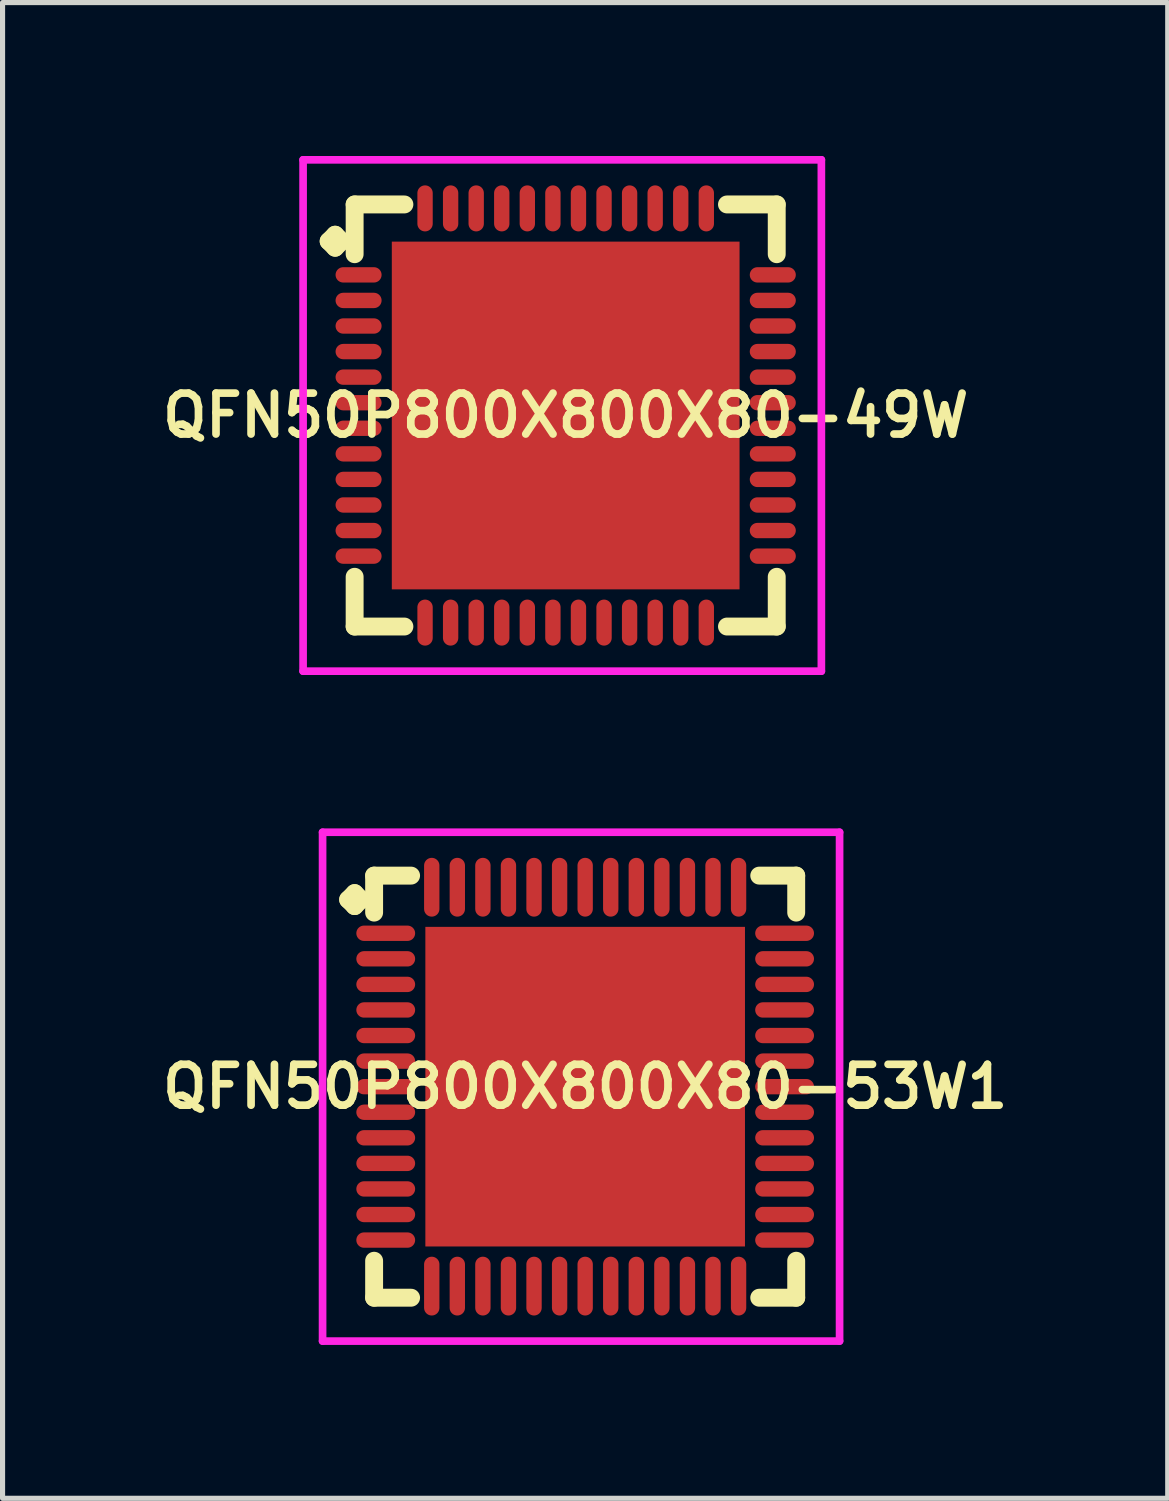
<source format=kicad_pcb>
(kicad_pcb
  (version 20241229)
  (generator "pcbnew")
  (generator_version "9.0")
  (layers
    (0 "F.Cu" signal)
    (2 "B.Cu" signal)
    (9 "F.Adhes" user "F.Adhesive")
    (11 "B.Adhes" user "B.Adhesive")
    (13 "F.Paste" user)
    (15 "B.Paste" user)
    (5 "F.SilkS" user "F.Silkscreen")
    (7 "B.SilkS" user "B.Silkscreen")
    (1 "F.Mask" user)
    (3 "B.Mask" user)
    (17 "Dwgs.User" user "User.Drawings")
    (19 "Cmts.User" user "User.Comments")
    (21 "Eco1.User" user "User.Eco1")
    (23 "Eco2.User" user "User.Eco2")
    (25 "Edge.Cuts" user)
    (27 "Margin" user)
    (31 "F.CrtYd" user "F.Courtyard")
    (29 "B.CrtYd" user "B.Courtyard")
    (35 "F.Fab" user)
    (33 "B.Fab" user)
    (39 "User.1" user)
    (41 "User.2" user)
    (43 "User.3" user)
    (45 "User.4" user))
  (footprint "QFN50P800X800X80-49W"
    (layer "F.Cu")
    (at 8.012 5.075)
    (property "Reference" "QFN50P800X800X80-49W" (at 0 0 0) (layer "F.SilkS") (effects (font (size 0.8 0.8) (thickness 0.15))))
    (attr smd)
    (fp_line (start -4.635 -3.408) (end -4.508 -3.535) (stroke (width 0.35) (type solid)) (layer "F.SilkS"))
    (fp_line (start -4.508 -3.535) (end -4.381 -3.408) (stroke (width 0.35) (type solid)) (layer "F.SilkS"))
    (fp_line (start -4.508 -3.281) (end -4.635 -3.408) (stroke (width 0.35) (type solid)) (layer "F.SilkS"))
    (fp_line (start -4.381 -3.408) (end -4.508 -3.281) (stroke (width 0.35) (type solid)) (layer "F.SilkS"))
    (fp_line (start -4.127 -4.127) (end -3.154 -4.127) (stroke (width 0.35) (type solid)) (layer "F.SilkS"))
    (fp_line (start -4.127 -3.154) (end -4.127 -4.127) (stroke (width 0.35) (type solid)) (layer "F.SilkS"))
    (fp_line (start -4.127 3.154) (end -4.127 4.127) (stroke (width 0.35) (type solid)) (layer "F.SilkS"))
    (fp_line (start -4.127 4.127) (end -3.154 4.127) (stroke (width 0.35) (type solid)) (layer "F.SilkS"))
    (fp_line (start 3.154 -4.127) (end 4.127 -4.127) (stroke (width 0.35) (type solid)) (layer "F.SilkS"))
    (fp_line (start 3.154 4.127) (end 4.127 4.127) (stroke (width 0.35) (type solid)) (layer "F.SilkS"))
    (fp_line (start 4.127 -4.127) (end 4.127 -3.154) (stroke (width 0.35) (type solid)) (layer "F.SilkS"))
    (fp_line (start 4.127 4.127) (end 4.127 3.154) (stroke (width 0.35) (type solid)) (layer "F.SilkS"))
    (fp_line (start -5.135 -5) (end 5 -5) (stroke (width 0.15) (type solid)) (layer "F.CrtYd"))
    (fp_line (start -5.135 5) (end -5.135 -5) (stroke (width 0.15) (type solid)) (layer "F.CrtYd"))
    (fp_line (start 5 -5) (end 5 5) (stroke (width 0.15) (type solid)) (layer "F.CrtYd"))
    (fp_line (start 5 5) (end -5.135 5) (stroke (width 0.15) (type solid)) (layer "F.CrtYd"))
    (pad "1" smd oval (at -4.05 -2.75) (size 0.9 0.3) (layers "F.Cu" "F.Mask" "F.Paste"))
    (pad "2" smd oval (at -4.05 -2.25) (size 0.9 0.3) (layers "F.Cu" "F.Mask" "F.Paste"))
    (pad "3" smd oval (at -4.05 -1.75) (size 0.9 0.3) (layers "F.Cu" "F.Mask" "F.Paste"))
    (pad "4" smd oval (at -4.05 -1.25) (size 0.9 0.3) (layers "F.Cu" "F.Mask" "F.Paste"))
    (pad "5" smd oval (at -4.05 -0.75) (size 0.9 0.3) (layers "F.Cu" "F.Mask" "F.Paste"))
    (pad "6" smd oval (at -4.05 -0.25) (size 0.9 0.3) (layers "F.Cu" "F.Mask" "F.Paste"))
    (pad "7" smd oval (at -4.05 0.25) (size 0.9 0.3) (layers "F.Cu" "F.Mask" "F.Paste"))
    (pad "8" smd oval (at -4.05 0.75) (size 0.9 0.3) (layers "F.Cu" "F.Mask" "F.Paste"))
    (pad "9" smd oval (at -4.05 1.25) (size 0.9 0.3) (layers "F.Cu" "F.Mask" "F.Paste"))
    (pad "10" smd oval (at -4.05 1.75) (size 0.9 0.3) (layers "F.Cu" "F.Mask" "F.Paste"))
    (pad "11" smd oval (at -4.05 2.25) (size 0.9 0.3) (layers "F.Cu" "F.Mask" "F.Paste"))
    (pad "12" smd oval (at -4.05 2.75) (size 0.9 0.3) (layers "F.Cu" "F.Mask" "F.Paste"))
    (pad "13" smd oval (at -2.75 4.05) (size 0.3 0.9) (layers "F.Cu" "F.Mask" "F.Paste"))
    (pad "14" smd oval (at -2.25 4.05) (size 0.3 0.9) (layers "F.Cu" "F.Mask" "F.Paste"))
    (pad "15" smd oval (at -1.75 4.05) (size 0.3 0.9) (layers "F.Cu" "F.Mask" "F.Paste"))
    (pad "16" smd oval (at -1.25 4.05) (size 0.3 0.9) (layers "F.Cu" "F.Mask" "F.Paste"))
    (pad "17" smd oval (at -0.75 4.05) (size 0.3 0.9) (layers "F.Cu" "F.Mask" "F.Paste"))
    (pad "18" smd oval (at -0.25 4.05) (size 0.3 0.9) (layers "F.Cu" "F.Mask" "F.Paste"))
    (pad "19" smd oval (at 0.25 4.05) (size 0.3 0.9) (layers "F.Cu" "F.Mask" "F.Paste"))
    (pad "20" smd oval (at 0.75 4.05) (size 0.3 0.9) (layers "F.Cu" "F.Mask" "F.Paste"))
    (pad "21" smd oval (at 1.25 4.05) (size 0.3 0.9) (layers "F.Cu" "F.Mask" "F.Paste"))
    (pad "22" smd oval (at 1.75 4.05) (size 0.3 0.9) (layers "F.Cu" "F.Mask" "F.Paste"))
    (pad "23" smd oval (at 2.25 4.05) (size 0.3 0.9) (layers "F.Cu" "F.Mask" "F.Paste"))
    (pad "24" smd oval (at 2.75 4.05) (size 0.3 0.9) (layers "F.Cu" "F.Mask" "F.Paste"))
    (pad "25" smd oval (at 4.05 2.75) (size 0.9 0.3) (layers "F.Cu" "F.Mask" "F.Paste"))
    (pad "26" smd oval (at 4.05 2.25) (size 0.9 0.3) (layers "F.Cu" "F.Mask" "F.Paste"))
    (pad "27" smd oval (at 4.05 1.75) (size 0.9 0.3) (layers "F.Cu" "F.Mask" "F.Paste"))
    (pad "28" smd oval (at 4.05 1.25) (size 0.9 0.3) (layers "F.Cu" "F.Mask" "F.Paste"))
    (pad "29" smd oval (at 4.05 0.75) (size 0.9 0.3) (layers "F.Cu" "F.Mask" "F.Paste"))
    (pad "30" smd oval (at 4.05 0.25) (size 0.9 0.3) (layers "F.Cu" "F.Mask" "F.Paste"))
    (pad "31" smd oval (at 4.05 -0.25) (size 0.9 0.3) (layers "F.Cu" "F.Mask" "F.Paste"))
    (pad "32" smd oval (at 4.05 -0.75) (size 0.9 0.3) (layers "F.Cu" "F.Mask" "F.Paste"))
    (pad "33" smd oval (at 4.05 -1.25) (size 0.9 0.3) (layers "F.Cu" "F.Mask" "F.Paste"))
    (pad "34" smd oval (at 4.05 -1.75) (size 0.9 0.3) (layers "F.Cu" "F.Mask" "F.Paste"))
    (pad "35" smd oval (at 4.05 -2.25) (size 0.9 0.3) (layers "F.Cu" "F.Mask" "F.Paste"))
    (pad "36" smd oval (at 4.05 -2.75) (size 0.9 0.3) (layers "F.Cu" "F.Mask" "F.Paste"))
    (pad "37" smd oval (at 2.75 -4.05) (size 0.3 0.9) (layers "F.Cu" "F.Mask" "F.Paste"))
    (pad "38" smd oval (at 2.25 -4.05) (size 0.3 0.9) (layers "F.Cu" "F.Mask" "F.Paste"))
    (pad "39" smd oval (at 1.75 -4.05) (size 0.3 0.9) (layers "F.Cu" "F.Mask" "F.Paste"))
    (pad "40" smd oval (at 1.25 -4.05) (size 0.3 0.9) (layers "F.Cu" "F.Mask" "F.Paste"))
    (pad "41" smd oval (at 0.75 -4.05) (size 0.3 0.9) (layers "F.Cu" "F.Mask" "F.Paste"))
    (pad "42" smd oval (at 0.25 -4.05) (size 0.3 0.9) (layers "F.Cu" "F.Mask" "F.Paste"))
    (pad "43" smd oval (at -0.25 -4.05) (size 0.3 0.9) (layers "F.Cu" "F.Mask" "F.Paste"))
    (pad "44" smd oval (at -0.75 -4.05) (size 0.3 0.9) (layers "F.Cu" "F.Mask" "F.Paste"))
    (pad "45" smd oval (at -1.25 -4.05) (size 0.3 0.9) (layers "F.Cu" "F.Mask" "F.Paste"))
    (pad "46" smd oval (at -1.75 -4.05) (size 0.3 0.9) (layers "F.Cu" "F.Mask" "F.Paste"))
    (pad "47" smd oval (at -2.25 -4.05) (size 0.3 0.9) (layers "F.Cu" "F.Mask" "F.Paste"))
    (pad "48" smd oval (at -2.75 -4.05) (size 0.3 0.9) (layers "F.Cu" "F.Mask" "F.Paste"))
    (pad "49" smd rect (at 0 0) (size 6.8 6.8) (layers "F.Cu" "F.Mask" "F.Paste")))
  (footprint "QFN50P800X800X80-53W1"
    (layer "F.Cu")
    (at 8.393 18.2)
    (property "Reference" "QFN50P800X800X80-53W1" (at 0 0 0) (layer "F.SilkS") (effects (font (size 0.8 0.8) (thickness 0.15))))
    (attr smd)
    (fp_line (start -4.635 -3.658) (end -4.508 -3.785) (stroke (width 0.35) (type solid)) (layer "F.SilkS"))
    (fp_line (start -4.508 -3.785) (end -4.381 -3.658) (stroke (width 0.35) (type solid)) (layer "F.SilkS"))
    (fp_line (start -4.508 -3.531) (end -4.635 -3.658) (stroke (width 0.35) (type solid)) (layer "F.SilkS"))
    (fp_line (start -4.381 -3.658) (end -4.508 -3.531) (stroke (width 0.35) (type solid)) (layer "F.SilkS"))
    (fp_line (start -4.127 -4.127) (end -3.404 -4.127) (stroke (width 0.35) (type solid)) (layer "F.SilkS"))
    (fp_line (start -4.127 -3.404) (end -4.127 -4.127) (stroke (width 0.35) (type solid)) (layer "F.SilkS"))
    (fp_line (start -4.127 3.404) (end -4.127 4.127) (stroke (width 0.35) (type solid)) (layer "F.SilkS"))
    (fp_line (start -4.127 4.127) (end -3.404 4.127) (stroke (width 0.35) (type solid)) (layer "F.SilkS"))
    (fp_line (start 3.404 -4.127) (end 4.127 -4.127) (stroke (width 0.35) (type solid)) (layer "F.SilkS"))
    (fp_line (start 3.404 4.127) (end 4.127 4.127) (stroke (width 0.35) (type solid)) (layer "F.SilkS"))
    (fp_line (start 4.127 -4.127) (end 4.127 -3.404) (stroke (width 0.35) (type solid)) (layer "F.SilkS"))
    (fp_line (start 4.127 4.127) (end 4.127 3.404) (stroke (width 0.35) (type solid)) (layer "F.SilkS"))
    (fp_line (start -5.135 -4.975) (end 4.975 -4.975) (stroke (width 0.15) (type solid)) (layer "F.CrtYd"))
    (fp_line (start -5.135 4.975) (end -5.135 -4.975) (stroke (width 0.15) (type solid)) (layer "F.CrtYd"))
    (fp_line (start 4.975 -4.975) (end 4.975 4.975) (stroke (width 0.15) (type solid)) (layer "F.CrtYd"))
    (fp_line (start 4.975 4.975) (end -5.135 4.975) (stroke (width 0.15) (type solid)) (layer "F.CrtYd"))
    (pad "1" smd oval (at -3.9 -3) (size 1.15 0.3) (layers "F.Cu" "F.Mask" "F.Paste"))
    (pad "2" smd oval (at -3.9 -2.5) (size 1.15 0.3) (layers "F.Cu" "F.Mask" "F.Paste"))
    (pad "3" smd oval (at -3.9 -2) (size 1.15 0.3) (layers "F.Cu" "F.Mask" "F.Paste"))
    (pad "4" smd oval (at -3.9 -1.5) (size 1.15 0.3) (layers "F.Cu" "F.Mask" "F.Paste"))
    (pad "5" smd oval (at -3.9 -1) (size 1.15 0.3) (layers "F.Cu" "F.Mask" "F.Paste"))
    (pad "6" smd oval (at -3.9 -0.5) (size 1.15 0.3) (layers "F.Cu" "F.Mask" "F.Paste"))
    (pad "7" smd oval (at -3.9 0) (size 1.15 0.3) (layers "F.Cu" "F.Mask" "F.Paste"))
    (pad "8" smd oval (at -3.9 0.5) (size 1.15 0.3) (layers "F.Cu" "F.Mask" "F.Paste"))
    (pad "9" smd oval (at -3.9 1) (size 1.15 0.3) (layers "F.Cu" "F.Mask" "F.Paste"))
    (pad "10" smd oval (at -3.9 1.5) (size 1.15 0.3) (layers "F.Cu" "F.Mask" "F.Paste"))
    (pad "11" smd oval (at -3.9 2) (size 1.15 0.3) (layers "F.Cu" "F.Mask" "F.Paste"))
    (pad "12" smd oval (at -3.9 2.5) (size 1.15 0.3) (layers "F.Cu" "F.Mask" "F.Paste"))
    (pad "13" smd oval (at -3.9 3) (size 1.15 0.3) (layers "F.Cu" "F.Mask" "F.Paste"))
    (pad "14" smd oval (at -3 3.9) (size 0.3 1.15) (layers "F.Cu" "F.Mask" "F.Paste"))
    (pad "15" smd oval (at -2.5 3.9) (size 0.3 1.15) (layers "F.Cu" "F.Mask" "F.Paste"))
    (pad "16" smd oval (at -2 3.9) (size 0.3 1.15) (layers "F.Cu" "F.Mask" "F.Paste"))
    (pad "17" smd oval (at -1.5 3.9) (size 0.3 1.15) (layers "F.Cu" "F.Mask" "F.Paste"))
    (pad "18" smd oval (at -1 3.9) (size 0.3 1.15) (layers "F.Cu" "F.Mask" "F.Paste"))
    (pad "19" smd oval (at -0.5 3.9) (size 0.3 1.15) (layers "F.Cu" "F.Mask" "F.Paste"))
    (pad "20" smd oval (at 0 3.9) (size 0.3 1.15) (layers "F.Cu" "F.Mask" "F.Paste"))
    (pad "21" smd oval (at 0.5 3.9) (size 0.3 1.15) (layers "F.Cu" "F.Mask" "F.Paste"))
    (pad "22" smd oval (at 1 3.9) (size 0.3 1.15) (layers "F.Cu" "F.Mask" "F.Paste"))
    (pad "23" smd oval (at 1.5 3.9) (size 0.3 1.15) (layers "F.Cu" "F.Mask" "F.Paste"))
    (pad "24" smd oval (at 2 3.9) (size 0.3 1.15) (layers "F.Cu" "F.Mask" "F.Paste"))
    (pad "25" smd oval (at 2.5 3.9) (size 0.3 1.15) (layers "F.Cu" "F.Mask" "F.Paste"))
    (pad "26" smd oval (at 3 3.9) (size 0.3 1.15) (layers "F.Cu" "F.Mask" "F.Paste"))
    (pad "27" smd oval (at 3.9 3) (size 1.15 0.3) (layers "F.Cu" "F.Mask" "F.Paste"))
    (pad "28" smd oval (at 3.9 2.5) (size 1.15 0.3) (layers "F.Cu" "F.Mask" "F.Paste"))
    (pad "29" smd oval (at 3.9 2) (size 1.15 0.3) (layers "F.Cu" "F.Mask" "F.Paste"))
    (pad "30" smd oval (at 3.9 1.5) (size 1.15 0.3) (layers "F.Cu" "F.Mask" "F.Paste"))
    (pad "31" smd oval (at 3.9 1) (size 1.15 0.3) (layers "F.Cu" "F.Mask" "F.Paste"))
    (pad "32" smd oval (at 3.9 0.5) (size 1.15 0.3) (layers "F.Cu" "F.Mask" "F.Paste"))
    (pad "33" smd oval (at 3.9 0) (size 1.15 0.3) (layers "F.Cu" "F.Mask" "F.Paste"))
    (pad "34" smd oval (at 3.9 -0.5) (size 1.15 0.3) (layers "F.Cu" "F.Mask" "F.Paste"))
    (pad "35" smd oval (at 3.9 -1) (size 1.15 0.3) (layers "F.Cu" "F.Mask" "F.Paste"))
    (pad "36" smd oval (at 3.9 -1.5) (size 1.15 0.3) (layers "F.Cu" "F.Mask" "F.Paste"))
    (pad "37" smd oval (at 3.9 -2) (size 1.15 0.3) (layers "F.Cu" "F.Mask" "F.Paste"))
    (pad "38" smd oval (at 3.9 -2.5) (size 1.15 0.3) (layers "F.Cu" "F.Mask" "F.Paste"))
    (pad "39" smd oval (at 3.9 -3) (size 1.15 0.3) (layers "F.Cu" "F.Mask" "F.Paste"))
    (pad "40" smd oval (at 3 -3.9) (size 0.3 1.15) (layers "F.Cu" "F.Mask" "F.Paste"))
    (pad "41" smd oval (at 2.5 -3.9) (size 0.3 1.15) (layers "F.Cu" "F.Mask" "F.Paste"))
    (pad "42" smd oval (at 2 -3.9) (size 0.3 1.15) (layers "F.Cu" "F.Mask" "F.Paste"))
    (pad "43" smd oval (at 1.5 -3.9) (size 0.3 1.15) (layers "F.Cu" "F.Mask" "F.Paste"))
    (pad "44" smd oval (at 1 -3.9) (size 0.3 1.15) (layers "F.Cu" "F.Mask" "F.Paste"))
    (pad "45" smd oval (at 0.5 -3.9) (size 0.3 1.15) (layers "F.Cu" "F.Mask" "F.Paste"))
    (pad "46" smd oval (at 0 -3.9) (size 0.3 1.15) (layers "F.Cu" "F.Mask" "F.Paste"))
    (pad "47" smd oval (at -0.5 -3.9) (size 0.3 1.15) (layers "F.Cu" "F.Mask" "F.Paste"))
    (pad "48" smd oval (at -1 -3.9) (size 0.3 1.15) (layers "F.Cu" "F.Mask" "F.Paste"))
    (pad "49" smd oval (at -1.5 -3.9) (size 0.3 1.15) (layers "F.Cu" "F.Mask" "F.Paste"))
    (pad "50" smd oval (at -2 -3.9) (size 0.3 1.15) (layers "F.Cu" "F.Mask" "F.Paste"))
    (pad "51" smd oval (at -2.5 -3.9) (size 0.3 1.15) (layers "F.Cu" "F.Mask" "F.Paste"))
    (pad "52" smd oval (at -3 -3.9) (size 0.3 1.15) (layers "F.Cu" "F.Mask" "F.Paste"))
    (pad "53" smd rect (at 0 0) (size 6.25 6.25) (layers "F.Cu" "F.Mask" "F.Paste")))
  (gr_rect
    (start -3 -3)
    (end 19.785 26.25)
    (stroke (width 0.1) (type default))
    (fill no)
    (layer "Edge.Cuts")))
</source>
